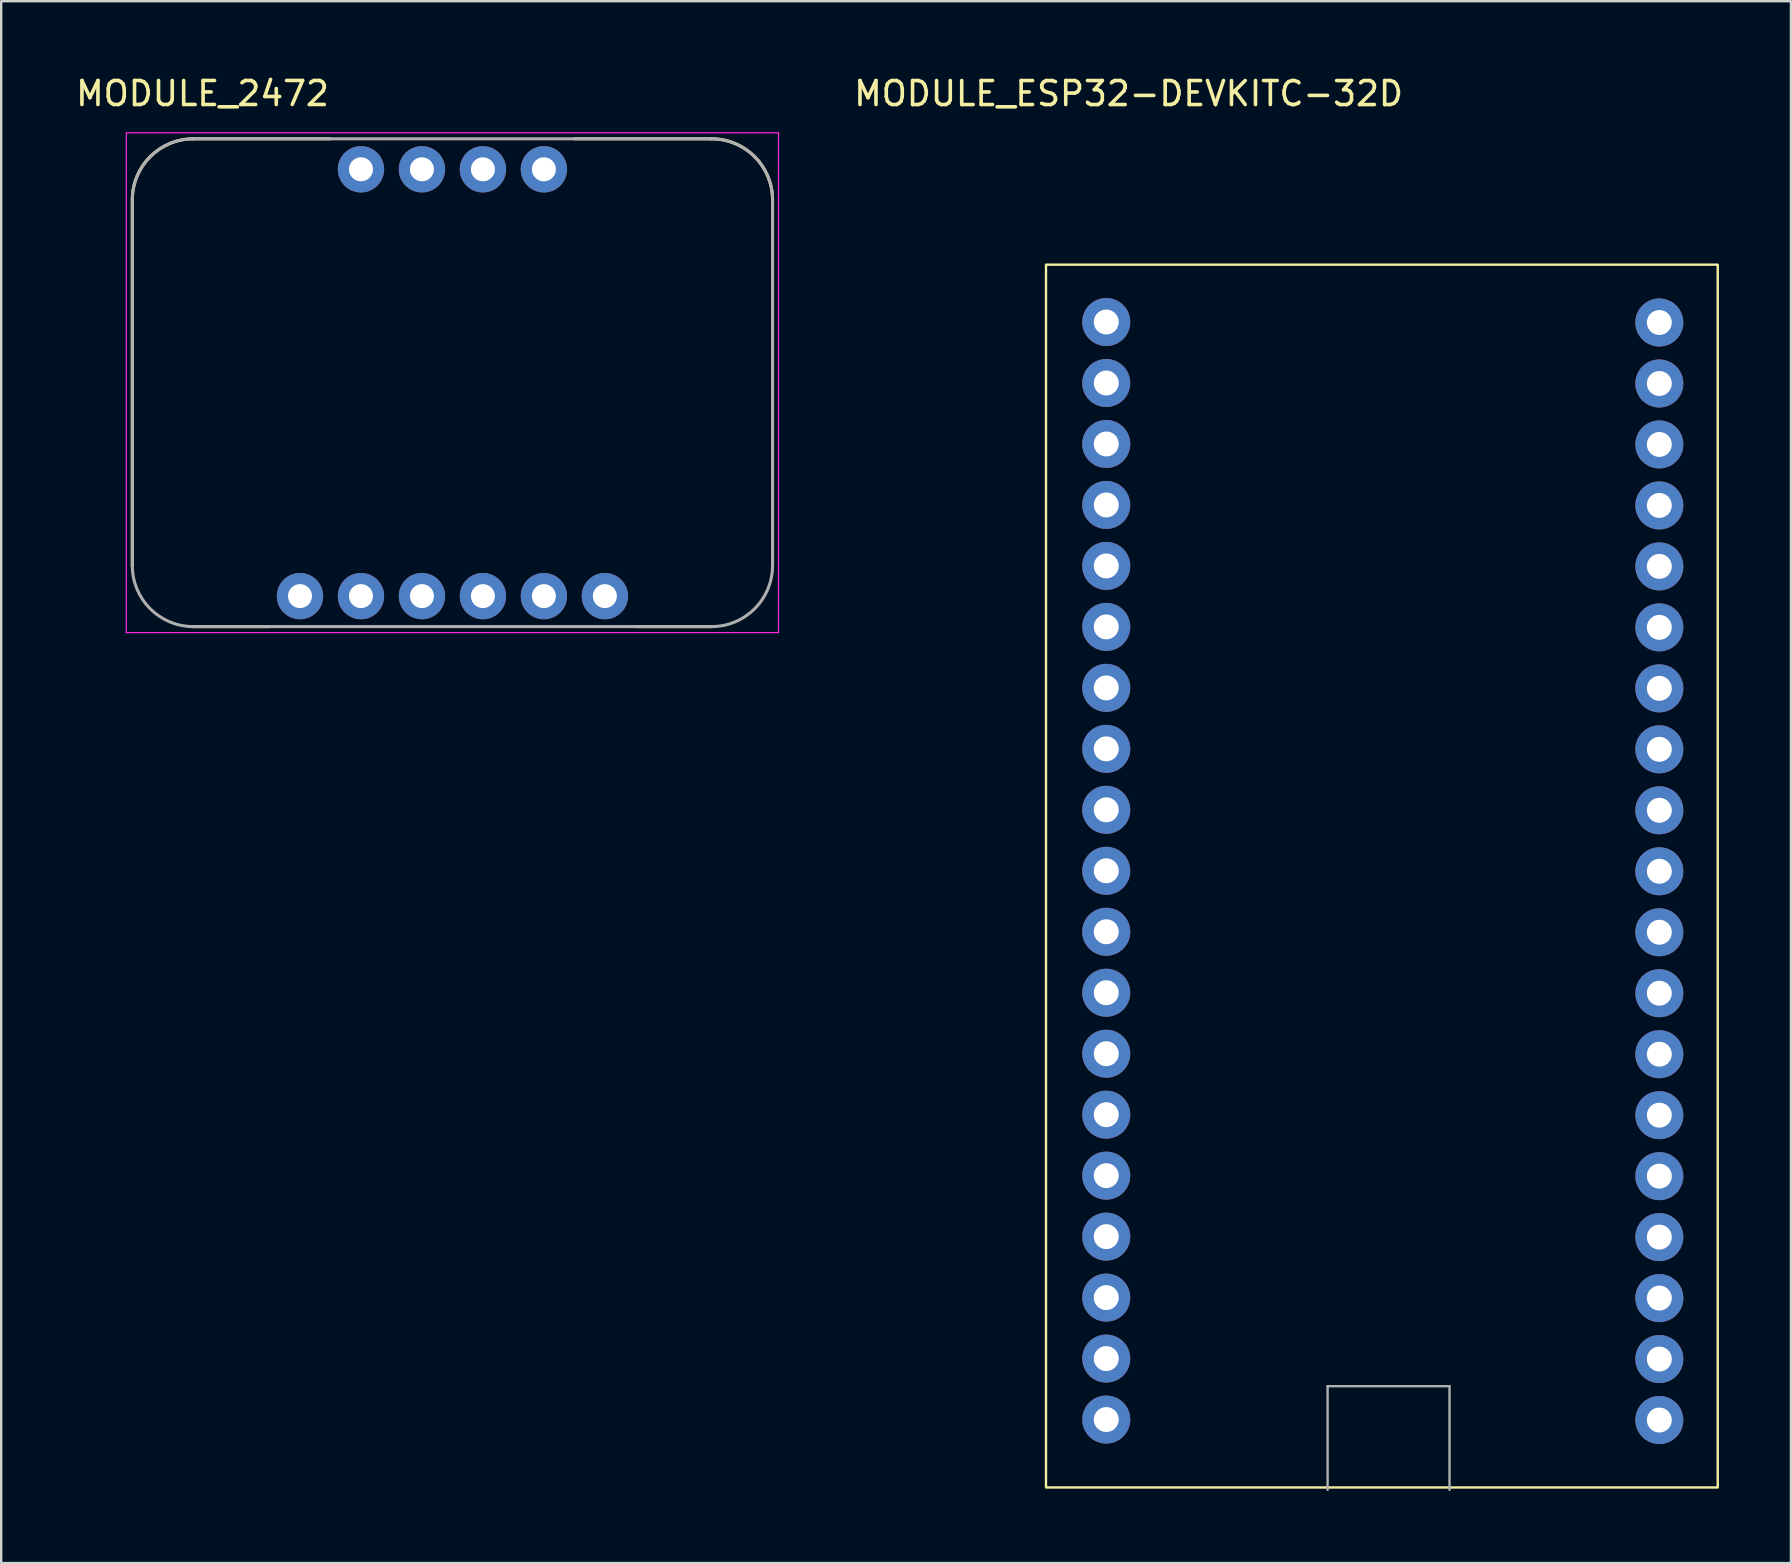
<source format=kicad_pcb>
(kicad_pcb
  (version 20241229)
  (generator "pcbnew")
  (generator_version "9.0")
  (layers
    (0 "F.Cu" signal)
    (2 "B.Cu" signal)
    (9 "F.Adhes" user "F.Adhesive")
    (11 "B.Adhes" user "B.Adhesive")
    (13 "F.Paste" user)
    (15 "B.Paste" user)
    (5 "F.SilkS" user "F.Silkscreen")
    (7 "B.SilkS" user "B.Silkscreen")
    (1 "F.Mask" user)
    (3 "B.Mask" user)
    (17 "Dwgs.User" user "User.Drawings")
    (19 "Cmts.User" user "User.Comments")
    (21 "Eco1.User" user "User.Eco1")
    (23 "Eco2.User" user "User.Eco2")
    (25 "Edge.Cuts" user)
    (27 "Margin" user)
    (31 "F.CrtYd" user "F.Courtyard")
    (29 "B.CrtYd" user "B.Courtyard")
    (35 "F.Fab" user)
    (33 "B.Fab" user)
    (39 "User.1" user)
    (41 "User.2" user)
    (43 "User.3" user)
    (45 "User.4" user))
  (footprint "MODULE_2472"
    (layer "F.Cu")
    (at 15.797 12.893)
    (property "Reference" "MODULE_2472" (at -10.41 -12.045 180) (layer "F.SilkS") (effects (font (size 1 1) (thickness 0.15))))
    (attr through_hole)
    (fp_line (start -13.335 7.62) (end -13.335 -7.62) (stroke (width 0.127) (type solid)) (layer "F.SilkS"))
    (fp_line (start -10.795 -10.16) (end -5.095 -10.16) (stroke (width 0.127) (type solid)) (layer "F.SilkS"))
    (fp_line (start -7.635 10.16) (end -10.795 10.16) (stroke (width 0.127) (type solid)) (layer "F.SilkS"))
    (fp_line (start 5.095 -10.16) (end 10.795 -10.16) (stroke (width 0.127) (type solid)) (layer "F.SilkS"))
    (fp_line (start 10.795 10.16) (end 7.635 10.16) (stroke (width 0.127) (type solid)) (layer "F.SilkS"))
    (fp_line (start 13.335 -7.62) (end 13.335 7.62) (stroke (width 0.127) (type solid)) (layer "F.SilkS"))
    (fp_arc (start -13.335 -7.62) (mid -12.591051 -9.416051) (end -10.795 -10.16) (stroke (width 0.127) (type solid)) (layer "F.SilkS"))
    (fp_arc (start 10.795 -10.16) (mid 12.591051 -9.416051) (end 13.335 -7.62) (stroke (width 0.127) (type solid)) (layer "F.SilkS"))
    (fp_line (start -13.585 -10.41) (end -13.585 10.41) (stroke (width 0.05) (type solid)) (layer "F.CrtYd"))
    (fp_line (start -13.585 10.41) (end 13.585 10.41) (stroke (width 0.05) (type solid)) (layer "F.CrtYd"))
    (fp_line (start 13.585 -10.41) (end -13.585 -10.41) (stroke (width 0.05) (type solid)) (layer "F.CrtYd"))
    (fp_line (start 13.585 10.41) (end 13.585 -10.41) (stroke (width 0.05) (type solid)) (layer "F.CrtYd"))
    (fp_line (start -13.335 7.62) (end -13.335 -7.62) (stroke (width 0.127) (type solid)) (layer "F.Fab"))
    (fp_line (start -10.795 -10.16) (end 10.795 -10.16) (stroke (width 0.127) (type solid)) (layer "F.Fab"))
    (fp_line (start 10.795 10.16) (end -10.795 10.16) (stroke (width 0.127) (type solid)) (layer "F.Fab"))
    (fp_line (start 13.335 -7.62) (end 13.335 7.62) (stroke (width 0.127) (type solid)) (layer "F.Fab"))
    (fp_arc (start -13.335 -7.62) (mid -12.591051 -9.416051) (end -10.795 -10.16) (stroke (width 0.127) (type solid)) (layer "F.Fab"))
    (fp_arc (start -10.795 10.16) (mid -12.591051 9.416051) (end -13.335 7.62) (stroke (width 0.127) (type solid)) (layer "F.Fab"))
    (fp_arc (start 10.795 -10.16) (mid 12.591051 -9.416051) (end 13.335 -7.62) (stroke (width 0.127) (type solid)) (layer "F.Fab"))
    (fp_arc (start 13.335 7.62) (mid 12.591051 9.416051) (end 10.795 10.16) (stroke (width 0.127) (type solid)) (layer "F.Fab"))
    (pad "1" thru_hole circle (at -6.35 8.89) (size 1.93 1.93) (drill 1) (layers "*.Cu" "*.Mask"))
    (pad "2" thru_hole circle (at -3.81 8.89) (size 1.93 1.93) (drill 1) (layers "*.Cu" "*.Mask"))
    (pad "3" thru_hole circle (at -1.27 8.89) (size 1.93 1.93) (drill 1) (layers "*.Cu" "*.Mask"))
    (pad "4" thru_hole circle (at 1.27 8.89) (size 1.93 1.93) (drill 1) (layers "*.Cu" "*.Mask"))
    (pad "5" thru_hole circle (at 3.81 8.89) (size 1.93 1.93) (drill 1) (layers "*.Cu" "*.Mask"))
    (pad "6" thru_hole circle (at 6.35 8.89) (size 1.93 1.93) (drill 1) (layers "*.Cu" "*.Mask"))
    (pad "7" thru_hole circle (at 3.81 -8.89) (size 1.93 1.93) (drill 1) (layers "*.Cu" "*.Mask"))
    (pad "8" thru_hole circle (at 1.27 -8.89) (size 1.93 1.93) (drill 1) (layers "*.Cu" "*.Mask"))
    (pad "9" thru_hole circle (at -1.27 -8.89) (size 1.93 1.93) (drill 1) (layers "*.Cu" "*.Mask"))
    (pad "10" thru_hole circle (at -3.81 -8.89) (size 1.93 1.93) (drill 1) (layers "*.Cu" "*.Mask")))
  (footprint "MODULE_ESP32-DEVKITC-32D"
    (layer "F.Cu")
    (at 54.794 29.295)
    (property "Reference" "MODULE_ESP32-DEVKITC-32D" (at -10.829 -28.446 180) (layer "F.SilkS") (effects (font (size 1 1) (thickness 0.15))))
    (attr through_hole)
    (fp_rect (start -14.27 -21.32) (end 13.713 29.62) (stroke (width 0.1) (type default)) (fill no) (layer "F.SilkS"))
    (fp_line (start -2.54 25.4) (end 2.54 25.4) (stroke (width 0.1) (type default)) (layer "F.Fab"))
    (fp_line (start -2.54 29.718) (end -2.54 25.4) (stroke (width 0.1) (type default)) (layer "F.Fab"))
    (fp_line (start 2.54 25.4) (end 2.54 29.718) (stroke (width 0.1) (type default)) (layer "F.Fab"))
    (pad "J2-1" thru_hole circle (at -11.76 -18.93) (size 2 2) (drill 1.04) (layers "*.Cu" "*.Mask"))
    (pad "J2-2" thru_hole circle (at -11.76 -16.39) (size 2 2) (drill 1.04) (layers "*.Cu" "*.Mask"))
    (pad "J2-3" thru_hole circle (at -11.76 -13.85) (size 2 2) (drill 1.04) (layers "*.Cu" "*.Mask"))
    (pad "J2-4" thru_hole circle (at -11.76 -11.31) (size 2 2) (drill 1.04) (layers "*.Cu" "*.Mask"))
    (pad "J2-5" thru_hole circle (at -11.76 -8.77) (size 2 2) (drill 1.04) (layers "*.Cu" "*.Mask"))
    (pad "J2-6" thru_hole circle (at -11.76 -6.23) (size 2 2) (drill 1.04) (layers "*.Cu" "*.Mask"))
    (pad "J2-7" thru_hole circle (at -11.76 -3.69) (size 2 2) (drill 1.04) (layers "*.Cu" "*.Mask"))
    (pad "J2-8" thru_hole circle (at -11.76 -1.15) (size 2 2) (drill 1.04) (layers "*.Cu" "*.Mask"))
    (pad "J2-9" thru_hole circle (at -11.76 1.39) (size 2 2) (drill 1.04) (layers "*.Cu" "*.Mask"))
    (pad "J2-10" thru_hole circle (at -11.76 3.93) (size 2 2) (drill 1.04) (layers "*.Cu" "*.Mask"))
    (pad "J2-11" thru_hole circle (at -11.76 6.47) (size 2 2) (drill 1.04) (layers "*.Cu" "*.Mask"))
    (pad "J2-12" thru_hole circle (at -11.76 9.01) (size 2 2) (drill 1.04) (layers "*.Cu" "*.Mask"))
    (pad "J2-13" thru_hole circle (at -11.76 11.55) (size 2 2) (drill 1.04) (layers "*.Cu" "*.Mask"))
    (pad "J2-14" thru_hole circle (at -11.76 14.09) (size 2 2) (drill 1.04) (layers "*.Cu" "*.Mask"))
    (pad "J2-15" thru_hole circle (at -11.76 16.63) (size 2 2) (drill 1.04) (layers "*.Cu" "*.Mask"))
    (pad "J2-16" thru_hole circle (at -11.76 19.17) (size 2 2) (drill 1.04) (layers "*.Cu" "*.Mask"))
    (pad "J2-17" thru_hole circle (at -11.76 21.71) (size 2 2) (drill 1.04) (layers "*.Cu" "*.Mask"))
    (pad "J2-18" thru_hole circle (at -11.76 24.25) (size 2 2) (drill 1.04) (layers "*.Cu" "*.Mask"))
    (pad "J2-19" thru_hole circle (at -11.76 26.79) (size 2 2) (drill 1.04) (layers "*.Cu" "*.Mask"))
    (pad "J3-1" thru_hole circle (at 11.28 -18.91) (size 2 2) (drill 1.04) (layers "*.Cu" "*.Mask"))
    (pad "J3-2" thru_hole circle (at 11.28 -16.37) (size 2 2) (drill 1.04) (layers "*.Cu" "*.Mask"))
    (pad "J3-3" thru_hole circle (at 11.28 -13.83) (size 2 2) (drill 1.04) (layers "*.Cu" "*.Mask"))
    (pad "J3-4" thru_hole circle (at 11.28 -11.29) (size 2 2) (drill 1.04) (layers "*.Cu" "*.Mask"))
    (pad "J3-5" thru_hole circle (at 11.28 -8.75) (size 2 2) (drill 1.04) (layers "*.Cu" "*.Mask"))
    (pad "J3-6" thru_hole circle (at 11.28 -6.21) (size 2 2) (drill 1.04) (layers "*.Cu" "*.Mask"))
    (pad "J3-7" thru_hole circle (at 11.28 -3.67) (size 2 2) (drill 1.04) (layers "*.Cu" "*.Mask"))
    (pad "J3-8" thru_hole circle (at 11.28 -1.13) (size 2 2) (drill 1.04) (layers "*.Cu" "*.Mask"))
    (pad "J3-9" thru_hole circle (at 11.28 1.41) (size 2 2) (drill 1.04) (layers "*.Cu" "*.Mask"))
    (pad "J3-10" thru_hole circle (at 11.28 3.95) (size 2 2) (drill 1.04) (layers "*.Cu" "*.Mask"))
    (pad "J3-11" thru_hole circle (at 11.28 6.49) (size 2 2) (drill 1.04) (layers "*.Cu" "*.Mask"))
    (pad "J3-12" thru_hole circle (at 11.28 9.03) (size 2 2) (drill 1.04) (layers "*.Cu" "*.Mask"))
    (pad "J3-13" thru_hole circle (at 11.28 11.57) (size 2 2) (drill 1.04) (layers "*.Cu" "*.Mask"))
    (pad "J3-14" thru_hole circle (at 11.28 14.11) (size 2 2) (drill 1.04) (layers "*.Cu" "*.Mask"))
    (pad "J3-15" thru_hole circle (at 11.28 16.65) (size 2 2) (drill 1.04) (layers "*.Cu" "*.Mask"))
    (pad "J3-16" thru_hole circle (at 11.28 19.19) (size 2 2) (drill 1.04) (layers "*.Cu" "*.Mask"))
    (pad "J3-17" thru_hole circle (at 11.28 21.73) (size 2 2) (drill 1.04) (layers "*.Cu" "*.Mask"))
    (pad "J3-18" thru_hole circle (at 11.28 24.27) (size 2 2) (drill 1.04) (layers "*.Cu" "*.Mask"))
    (pad "J3-19" thru_hole circle (at 11.28 26.81) (size 2 2) (drill 1.04) (layers "*.Cu" "*.Mask")))
  (gr_rect
    (start -3 -3)
    (end 71.557 62.063)
    (stroke (width 0.1) (type default))
    (fill no)
    (layer "Edge.Cuts")))
</source>
